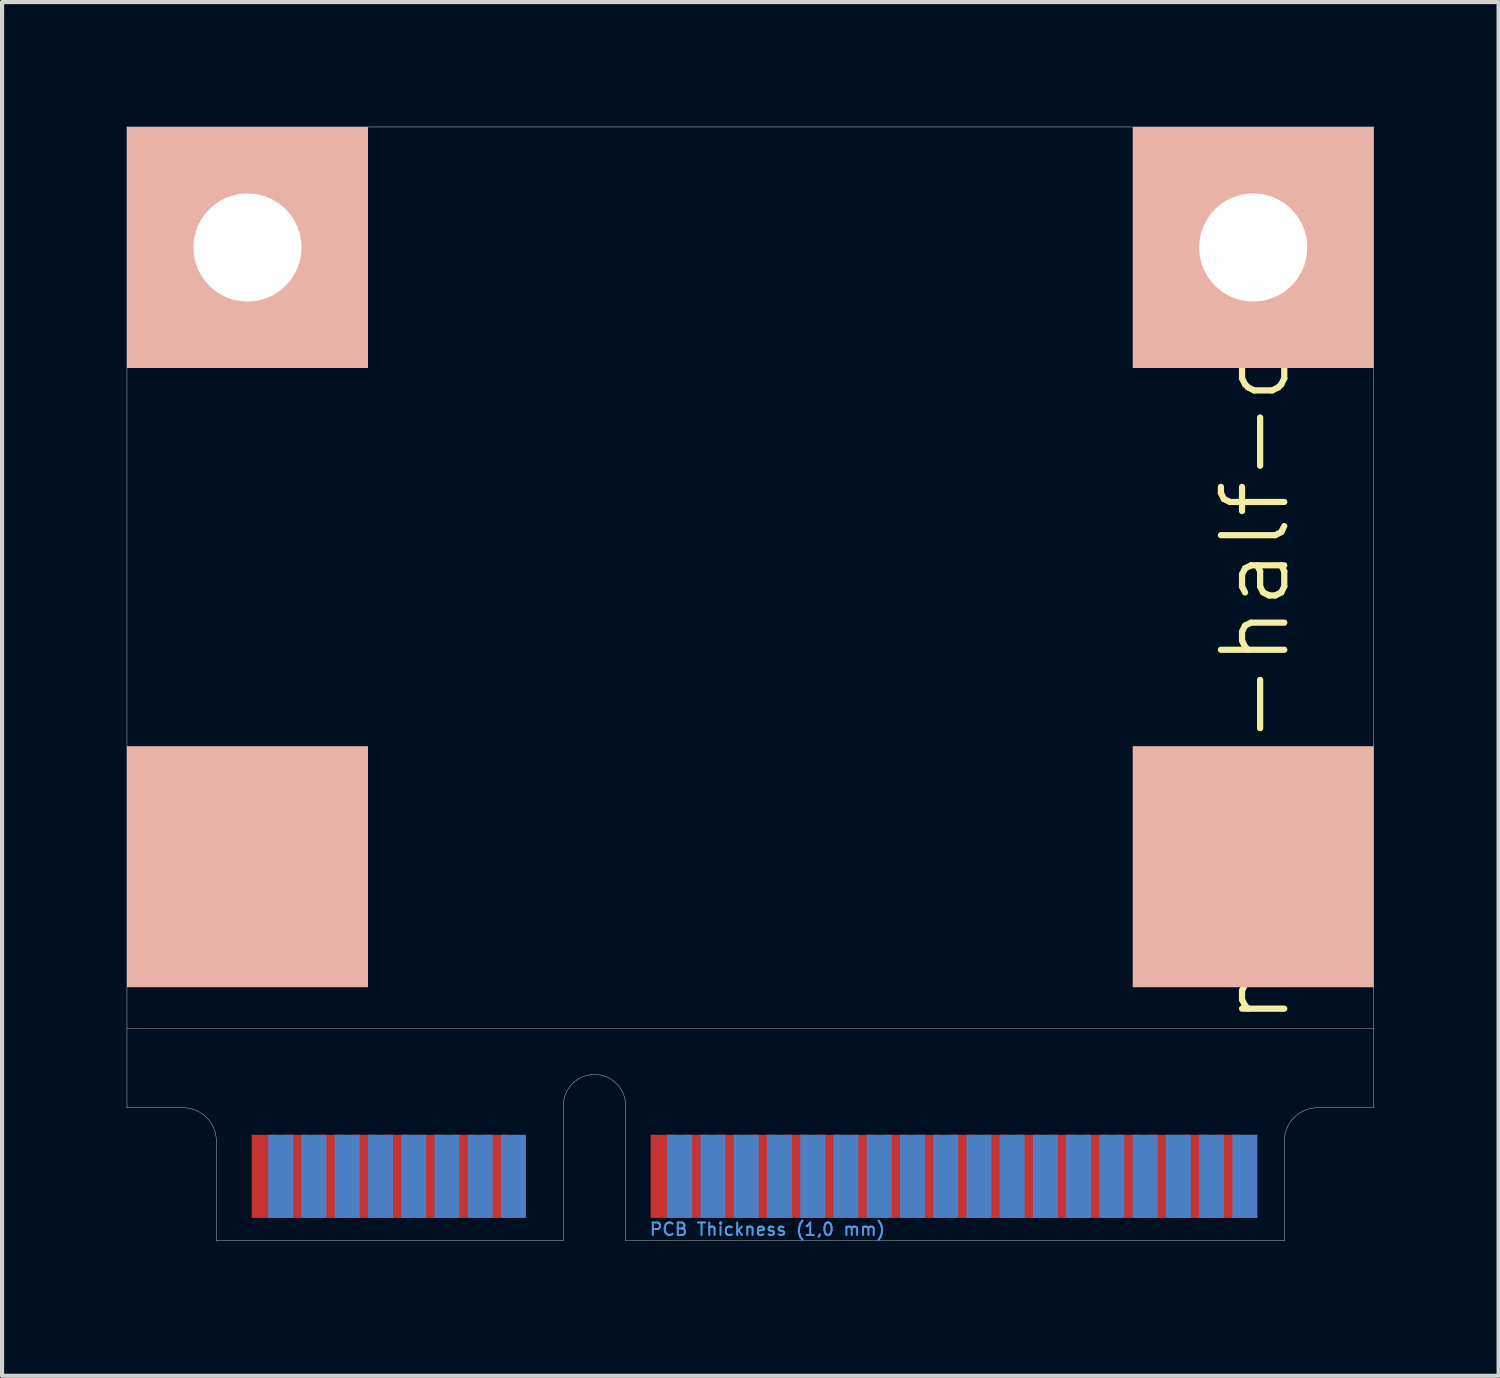
<source format=kicad_pcb>
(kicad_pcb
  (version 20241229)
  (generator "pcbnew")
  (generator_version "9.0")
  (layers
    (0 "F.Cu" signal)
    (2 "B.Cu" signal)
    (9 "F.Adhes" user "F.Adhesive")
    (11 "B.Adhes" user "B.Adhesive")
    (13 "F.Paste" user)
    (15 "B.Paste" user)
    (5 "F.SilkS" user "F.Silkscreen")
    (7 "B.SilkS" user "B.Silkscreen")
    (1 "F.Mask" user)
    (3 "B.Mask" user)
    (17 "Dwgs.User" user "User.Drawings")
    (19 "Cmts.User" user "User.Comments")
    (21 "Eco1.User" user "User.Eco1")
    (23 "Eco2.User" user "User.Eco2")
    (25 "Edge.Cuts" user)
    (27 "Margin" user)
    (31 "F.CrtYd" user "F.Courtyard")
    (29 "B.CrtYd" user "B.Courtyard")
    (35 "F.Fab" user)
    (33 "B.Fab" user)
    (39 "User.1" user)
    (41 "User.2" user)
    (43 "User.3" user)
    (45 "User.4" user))
  (footprint "mpcie-half-card"
    (layer "F.Cu")
    (at 15.005 26.805)
    (property "Reference" "mpcie-half-card" (at 12.15 -15.2 90) (layer "F.SilkS") (effects (font (size 1.524 1.524) (thickness 0.15))))
    (attr through_hole)
    (fp_line (start -15 -5.1) (end 15 -5.1) (stroke (width 0.01) (type solid)) (layer "B.SilkS"))
    (fp_line (start 0 0) (end 0 -26.8) (stroke (width 0.01) (type solid)) (layer "Eco1.User"))
    (fp_line (start -15 -26.8) (end -15 -3.2) (stroke (width 0.01) (type solid)) (layer "Edge.Cuts"))
    (fp_line (start -13.65 -3.2) (end -15 -3.2) (stroke (width 0.01) (type solid)) (layer "Edge.Cuts"))
    (fp_line (start -12.85 0) (end -12.85 -2.4) (stroke (width 0.01) (type solid)) (layer "Edge.Cuts"))
    (fp_line (start -4.5 0) (end -12.85 0) (stroke (width 0.01) (type solid)) (layer "Edge.Cuts"))
    (fp_line (start -4.5 0) (end -4.5 -3.25) (stroke (width 0.01) (type solid)) (layer "Edge.Cuts"))
    (fp_line (start -3 0) (end -3 -3.25) (stroke (width 0.01) (type solid)) (layer "Edge.Cuts"))
    (fp_line (start -3 0) (end 12.85 0) (stroke (width 0.01) (type solid)) (layer "Edge.Cuts"))
    (fp_line (start 12.85 0) (end 12.85 -2.4) (stroke (width 0.01) (type solid)) (layer "Edge.Cuts"))
    (fp_line (start 15 -26.8) (end -15 -26.8) (stroke (width 0.01) (type solid)) (layer "Edge.Cuts"))
    (fp_line (start 15 -3.2) (end 13.65 -3.2) (stroke (width 0.01) (type solid)) (layer "Edge.Cuts"))
    (fp_line (start 15 -3.2) (end 15 -26.8) (stroke (width 0.01) (type solid)) (layer "Edge.Cuts"))
    (fp_arc (start -13.65 -3.2) (mid -13.084315 -2.965685) (end -12.85 -2.4) (stroke (width 0.01) (type solid)) (layer "Edge.Cuts"))
    (fp_arc (start -4.5 -3.25) (mid -3.75 -4) (end -3 -3.25) (stroke (width 0.01) (type solid)) (layer "Edge.Cuts"))
    (fp_arc (start 12.85 -2.4) (mid 13.084315 -2.965685) (end 13.65 -3.2) (stroke (width 0.01) (type solid)) (layer "Edge.Cuts"))
    (fp_text user "PCB Thickness (1,0 mm)" (at -2.45 -0.1 0) (unlocked yes) (layer "Cmts.User") (effects (font (size 0.3 0.3) (thickness 0.05)) (justify left bottom)))
    (pad "" np_thru_hole circle (at -12.1 -23.9) (size 2.6 2.6) (drill 2.6) (layers "*.Cu" "*.Mask" "F.SilkS"))
    (pad "" connect rect (at -12.1 -23.9) (size 5.8 5.8) (layers "B.SilkS"))
    (pad "" connect rect (at -12.1 -9) (size 5.8 5.8) (layers "B.SilkS"))
    (pad "" np_thru_hole circle (at 12.1 -23.9) (size 2.6 2.6) (drill 2.6) (layers "*.Cu" "*.Mask" "F.SilkS"))
    (pad "" connect rect (at 12.1 -23.9) (size 5.8 5.8) (layers "B.SilkS"))
    (pad "" connect rect (at 12.1 -9) (size 5.8 5.8) (layers "B.SilkS"))
    (pad "1" smd rect (at -11.7 -1.55) (size 0.6 2) (layers "F.Cu" "F.Mask" "F.Paste"))
    (pad "2" smd rect (at -11.3 -1.55) (size 0.6 2) (layers "B.Cu" "B.Mask" "B.Paste"))
    (pad "3" smd rect (at -10.9 -1.55) (size 0.6 2) (layers "F.Cu" "F.Mask" "F.Paste"))
    (pad "4" smd rect (at -10.5 -1.55) (size 0.6 2) (layers "B.Cu" "B.Mask" "B.Paste"))
    (pad "5" smd rect (at -10.1 -1.55) (size 0.6 2) (layers "F.Cu" "F.Mask" "F.Paste"))
    (pad "6" smd rect (at -9.7 -1.55) (size 0.6 2) (layers "B.Cu" "B.Mask" "B.Paste"))
    (pad "7" smd rect (at -9.3 -1.55) (size 0.6 2) (layers "F.Cu" "F.Mask" "F.Paste"))
    (pad "8" smd rect (at -8.9 -1.55) (size 0.6 2) (layers "B.Cu" "B.Mask" "B.Paste"))
    (pad "9" smd rect (at -8.5 -1.55) (size 0.6 2) (layers "F.Cu" "F.Mask" "F.Paste"))
    (pad "10" smd rect (at -8.1 -1.55) (size 0.6 2) (layers "B.Cu" "B.Mask" "B.Paste"))
    (pad "11" smd rect (at -7.7 -1.55) (size 0.6 2) (layers "F.Cu" "F.Mask" "F.Paste"))
    (pad "12" smd rect (at -7.3 -1.55) (size 0.6 2) (layers "B.Cu" "B.Mask" "B.Paste"))
    (pad "13" smd rect (at -6.9 -1.55) (size 0.6 2) (layers "F.Cu" "F.Mask" "F.Paste"))
    (pad "14" smd rect (at -6.5 -1.55) (size 0.6 2) (layers "B.Cu" "B.Mask" "B.Paste"))
    (pad "15" smd rect (at -6.1 -1.55) (size 0.6 2) (layers "F.Cu" "F.Mask" "F.Paste"))
    (pad "16" smd rect (at -5.7 -1.55) (size 0.6 2) (layers "B.Cu" "B.Mask" "B.Paste"))
    (pad "17" smd rect (at -2.1 -1.55) (size 0.6 2) (layers "F.Cu" "F.Mask" "F.Paste"))
    (pad "18" smd rect (at -1.7 -1.55) (size 0.6 2) (layers "B.Cu" "B.Mask" "B.Paste"))
    (pad "19" smd rect (at -1.3 -1.55) (size 0.6 2) (layers "F.Cu" "F.Mask" "F.Paste"))
    (pad "20" smd rect (at -0.9 -1.55) (size 0.6 2) (layers "B.Cu" "B.Mask" "B.Paste"))
    (pad "21" smd rect (at -0.5 -1.55) (size 0.6 2) (layers "F.Cu" "F.Mask" "F.Paste"))
    (pad "22" smd rect (at -0.1 -1.55) (size 0.6 2) (layers "B.Cu" "B.Mask" "B.Paste"))
    (pad "23" smd rect (at 0.3 -1.55) (size 0.6 2) (layers "F.Cu" "F.Mask" "F.Paste"))
    (pad "24" smd rect (at 0.7 -1.55) (size 0.6 2) (layers "B.Cu" "B.Mask" "B.Paste"))
    (pad "25" smd rect (at 1.1 -1.55) (size 0.6 2) (layers "F.Cu" "F.Mask" "F.Paste"))
    (pad "26" smd rect (at 1.5 -1.55) (size 0.6 2) (layers "B.Cu" "B.Mask" "B.Paste"))
    (pad "27" smd rect (at 1.9 -1.55) (size 0.6 2) (layers "F.Cu" "F.Mask" "F.Paste"))
    (pad "28" smd rect (at 2.3 -1.55) (size 0.6 2) (layers "B.Cu" "B.Mask" "B.Paste"))
    (pad "29" smd rect (at 2.7 -1.55) (size 0.6 2) (layers "F.Cu" "F.Mask" "F.Paste"))
    (pad "30" smd rect (at 3.1 -1.55) (size 0.6 2) (layers "B.Cu" "B.Mask" "B.Paste"))
    (pad "31" smd rect (at 3.5 -1.55) (size 0.6 2) (layers "F.Cu" "F.Mask" "F.Paste"))
    (pad "32" smd rect (at 3.9 -1.55) (size 0.6 2) (layers "B.Cu" "B.Mask" "B.Paste"))
    (pad "33" smd rect (at 4.3 -1.55) (size 0.6 2) (layers "F.Cu" "F.Mask" "F.Paste"))
    (pad "34" smd rect (at 4.7 -1.55) (size 0.6 2) (layers "B.Cu" "B.Mask" "B.Paste"))
    (pad "35" smd rect (at 5.1 -1.55) (size 0.6 2) (layers "F.Cu" "F.Mask" "F.Paste"))
    (pad "36" smd rect (at 5.5 -1.55) (size 0.6 2) (layers "B.Cu" "B.Mask" "B.Paste"))
    (pad "37" smd rect (at 5.9 -1.55) (size 0.6 2) (layers "F.Cu" "F.Mask" "F.Paste"))
    (pad "38" smd rect (at 6.3 -1.55) (size 0.6 2) (layers "B.Cu" "B.Mask" "B.Paste"))
    (pad "39" smd rect (at 6.7 -1.55) (size 0.6 2) (layers "F.Cu" "F.Mask" "F.Paste"))
    (pad "40" smd rect (at 7.1 -1.55) (size 0.6 2) (layers "B.Cu" "B.Mask" "B.Paste"))
    (pad "41" smd rect (at 7.5 -1.55) (size 0.6 2) (layers "F.Cu" "F.Mask" "F.Paste"))
    (pad "42" smd rect (at 7.9 -1.55) (size 0.6 2) (layers "B.Cu" "B.Mask" "B.Paste"))
    (pad "43" smd rect (at 8.3 -1.55) (size 0.6 2) (layers "F.Cu" "F.Mask" "F.Paste"))
    (pad "44" smd rect (at 8.7 -1.55) (size 0.6 2) (layers "B.Cu" "B.Mask" "B.Paste"))
    (pad "45" smd rect (at 9.1 -1.55) (size 0.6 2) (layers "F.Cu" "F.Mask" "F.Paste"))
    (pad "46" smd rect (at 9.5 -1.55) (size 0.6 2) (layers "B.Cu" "B.Mask" "B.Paste"))
    (pad "47" smd rect (at 9.9 -1.55) (size 0.6 2) (layers "F.Cu" "F.Mask" "F.Paste"))
    (pad "48" smd rect (at 10.3 -1.55) (size 0.6 2) (layers "B.Cu" "B.Mask" "B.Paste"))
    (pad "49" smd rect (at 10.7 -1.55) (size 0.6 2) (layers "F.Cu" "F.Mask" "F.Paste"))
    (pad "50" smd rect (at 11.1 -1.55) (size 0.6 2) (layers "B.Cu" "B.Mask" "B.Paste"))
    (pad "51" smd rect (at 11.5 -1.55) (size 0.6 2) (layers "F.Cu" "F.Mask" "F.Paste"))
    (pad "52" smd rect (at 11.9 -1.55) (size 0.6 2) (layers "B.Cu" "B.Mask" "B.Paste"))
    (zone (net_name "") (layers "F.Cu" "B.Cu" "F.SilkS") (hatch edge 0.5) (connect_pads) (min_thickness 0.25) (filled_areas_thickness no) (keepout (tracks allowed) (vias allowed) (pads allowed) (copperpour not_allowed) (footprints allowed)) (placement (enabled no)) (fill) (polygon (pts (xy 0.895 23.805) (xy 28.895 23.805) (xy 28.895 27.005) (xy 22.635 27.025) (xy 0.895 27.025)))))
  (gr_rect
    (start -3 -3)
    (end 33.01 30.055)
    (stroke (width 0.1) (type default))
    (fill no)
    (layer "Edge.Cuts")))
</source>
